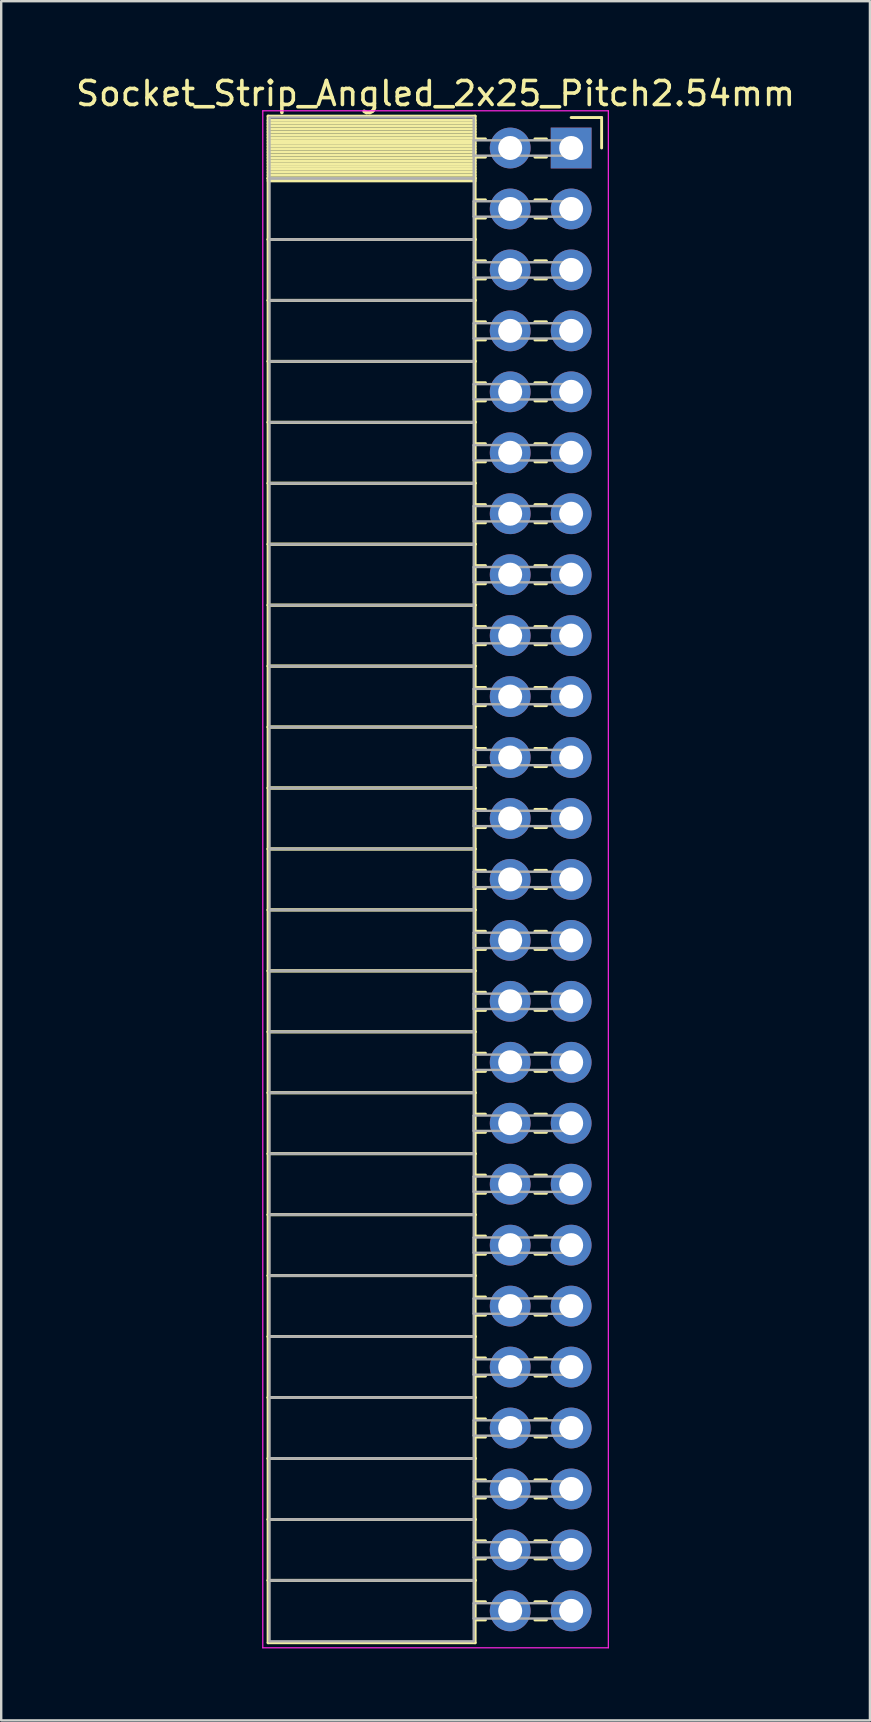
<source format=kicad_pcb>
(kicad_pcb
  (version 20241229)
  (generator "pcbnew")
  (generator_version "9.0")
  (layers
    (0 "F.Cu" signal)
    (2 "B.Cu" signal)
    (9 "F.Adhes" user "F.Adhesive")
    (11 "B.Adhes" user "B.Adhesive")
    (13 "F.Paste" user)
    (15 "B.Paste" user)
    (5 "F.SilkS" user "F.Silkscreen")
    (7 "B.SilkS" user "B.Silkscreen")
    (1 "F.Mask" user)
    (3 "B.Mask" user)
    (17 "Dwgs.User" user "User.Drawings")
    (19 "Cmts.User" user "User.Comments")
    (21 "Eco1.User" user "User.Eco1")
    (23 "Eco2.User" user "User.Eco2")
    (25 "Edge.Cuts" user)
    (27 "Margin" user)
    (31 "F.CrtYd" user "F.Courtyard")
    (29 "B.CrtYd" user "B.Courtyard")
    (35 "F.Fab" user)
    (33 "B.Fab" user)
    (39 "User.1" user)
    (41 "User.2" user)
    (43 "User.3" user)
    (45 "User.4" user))
  (footprint "Socket_Strip_Angled_2x25_Pitch2.54mm"
    (layer "F.Cu")
    (at 20.751 3.118)
    (property "Reference" "Socket_Strip_Angled_2x25_Pitch2.54mm" (at -5.65 -2.27 0) (layer "F.SilkS") (effects (font (size 1 1) (thickness 0.15))))
    (attr through_hole)
    (fp_line (start -12.63 -1.33) (end -4 -1.33) (stroke (width 0.12) (type solid)) (layer "F.SilkS"))
    (fp_line (start -12.63 1.27) (end -12.63 -1.33) (stroke (width 0.12) (type solid)) (layer "F.SilkS"))
    (fp_line (start -12.63 1.27) (end -4 1.27) (stroke (width 0.12) (type solid)) (layer "F.SilkS"))
    (fp_line (start -12.63 3.81) (end -12.63 1.27) (stroke (width 0.12) (type solid)) (layer "F.SilkS"))
    (fp_line (start -12.63 3.81) (end -4 3.81) (stroke (width 0.12) (type solid)) (layer "F.SilkS"))
    (fp_line (start -12.63 6.35) (end -12.63 3.81) (stroke (width 0.12) (type solid)) (layer "F.SilkS"))
    (fp_line (start -12.63 6.35) (end -4 6.35) (stroke (width 0.12) (type solid)) (layer "F.SilkS"))
    (fp_line (start -12.63 8.89) (end -12.63 6.35) (stroke (width 0.12) (type solid)) (layer "F.SilkS"))
    (fp_line (start -12.63 8.89) (end -4 8.89) (stroke (width 0.12) (type solid)) (layer "F.SilkS"))
    (fp_line (start -12.63 11.43) (end -12.63 8.89) (stroke (width 0.12) (type solid)) (layer "F.SilkS"))
    (fp_line (start -12.63 11.43) (end -4 11.43) (stroke (width 0.12) (type solid)) (layer "F.SilkS"))
    (fp_line (start -12.63 13.97) (end -12.63 11.43) (stroke (width 0.12) (type solid)) (layer "F.SilkS"))
    (fp_line (start -12.63 13.97) (end -4 13.97) (stroke (width 0.12) (type solid)) (layer "F.SilkS"))
    (fp_line (start -12.63 16.51) (end -12.63 13.97) (stroke (width 0.12) (type solid)) (layer "F.SilkS"))
    (fp_line (start -12.63 16.51) (end -4 16.51) (stroke (width 0.12) (type solid)) (layer "F.SilkS"))
    (fp_line (start -12.63 19.05) (end -12.63 16.51) (stroke (width 0.12) (type solid)) (layer "F.SilkS"))
    (fp_line (start -12.63 19.05) (end -4 19.05) (stroke (width 0.12) (type solid)) (layer "F.SilkS"))
    (fp_line (start -12.63 21.59) (end -12.63 19.05) (stroke (width 0.12) (type solid)) (layer "F.SilkS"))
    (fp_line (start -12.63 21.59) (end -4 21.59) (stroke (width 0.12) (type solid)) (layer "F.SilkS"))
    (fp_line (start -12.63 24.13) (end -12.63 21.59) (stroke (width 0.12) (type solid)) (layer "F.SilkS"))
    (fp_line (start -12.63 24.13) (end -4 24.13) (stroke (width 0.12) (type solid)) (layer "F.SilkS"))
    (fp_line (start -12.63 26.67) (end -12.63 24.13) (stroke (width 0.12) (type solid)) (layer "F.SilkS"))
    (fp_line (start -12.63 26.67) (end -4 26.67) (stroke (width 0.12) (type solid)) (layer "F.SilkS"))
    (fp_line (start -12.63 29.21) (end -12.63 26.67) (stroke (width 0.12) (type solid)) (layer "F.SilkS"))
    (fp_line (start -12.63 29.21) (end -4 29.21) (stroke (width 0.12) (type solid)) (layer "F.SilkS"))
    (fp_line (start -12.63 31.75) (end -12.63 29.21) (stroke (width 0.12) (type solid)) (layer "F.SilkS"))
    (fp_line (start -12.63 31.75) (end -4 31.75) (stroke (width 0.12) (type solid)) (layer "F.SilkS"))
    (fp_line (start -12.63 34.29) (end -12.63 31.75) (stroke (width 0.12) (type solid)) (layer "F.SilkS"))
    (fp_line (start -12.63 34.29) (end -4 34.29) (stroke (width 0.12) (type solid)) (layer "F.SilkS"))
    (fp_line (start -12.63 36.83) (end -12.63 34.29) (stroke (width 0.12) (type solid)) (layer "F.SilkS"))
    (fp_line (start -12.63 36.83) (end -4 36.83) (stroke (width 0.12) (type solid)) (layer "F.SilkS"))
    (fp_line (start -12.63 39.37) (end -12.63 36.83) (stroke (width 0.12) (type solid)) (layer "F.SilkS"))
    (fp_line (start -12.63 39.37) (end -4 39.37) (stroke (width 0.12) (type solid)) (layer "F.SilkS"))
    (fp_line (start -12.63 41.91) (end -12.63 39.37) (stroke (width 0.12) (type solid)) (layer "F.SilkS"))
    (fp_line (start -12.63 41.91) (end -4 41.91) (stroke (width 0.12) (type solid)) (layer "F.SilkS"))
    (fp_line (start -12.63 44.45) (end -12.63 41.91) (stroke (width 0.12) (type solid)) (layer "F.SilkS"))
    (fp_line (start -12.63 44.45) (end -4 44.45) (stroke (width 0.12) (type solid)) (layer "F.SilkS"))
    (fp_line (start -12.63 46.99) (end -12.63 44.45) (stroke (width 0.12) (type solid)) (layer "F.SilkS"))
    (fp_line (start -12.63 46.99) (end -4 46.99) (stroke (width 0.12) (type solid)) (layer "F.SilkS"))
    (fp_line (start -12.63 49.53) (end -12.63 46.99) (stroke (width 0.12) (type solid)) (layer "F.SilkS"))
    (fp_line (start -12.63 49.53) (end -4 49.53) (stroke (width 0.12) (type solid)) (layer "F.SilkS"))
    (fp_line (start -12.63 52.07) (end -12.63 49.53) (stroke (width 0.12) (type solid)) (layer "F.SilkS"))
    (fp_line (start -12.63 52.07) (end -4 52.07) (stroke (width 0.12) (type solid)) (layer "F.SilkS"))
    (fp_line (start -12.63 54.61) (end -12.63 52.07) (stroke (width 0.12) (type solid)) (layer "F.SilkS"))
    (fp_line (start -12.63 54.61) (end -4 54.61) (stroke (width 0.12) (type solid)) (layer "F.SilkS"))
    (fp_line (start -12.63 57.15) (end -12.63 54.61) (stroke (width 0.12) (type solid)) (layer "F.SilkS"))
    (fp_line (start -12.63 57.15) (end -4 57.15) (stroke (width 0.12) (type solid)) (layer "F.SilkS"))
    (fp_line (start -12.63 59.69) (end -12.63 57.15) (stroke (width 0.12) (type solid)) (layer "F.SilkS"))
    (fp_line (start -12.63 59.69) (end -4 59.69) (stroke (width 0.12) (type solid)) (layer "F.SilkS"))
    (fp_line (start -12.63 62.29) (end -12.63 59.69) (stroke (width 0.12) (type solid)) (layer "F.SilkS"))
    (fp_line (start -4 -1.33) (end -4 1.27) (stroke (width 0.12) (type solid)) (layer "F.SilkS"))
    (fp_line (start -4 -1.15) (end -12.63 -1.15) (stroke (width 0.12) (type solid)) (layer "F.SilkS"))
    (fp_line (start -4 -1.03) (end -12.63 -1.03) (stroke (width 0.12) (type solid)) (layer "F.SilkS"))
    (fp_line (start -4 -0.91) (end -12.63 -0.91) (stroke (width 0.12) (type solid)) (layer "F.SilkS"))
    (fp_line (start -4 -0.79) (end -12.63 -0.79) (stroke (width 0.12) (type solid)) (layer "F.SilkS"))
    (fp_line (start -4 -0.67) (end -12.63 -0.67) (stroke (width 0.12) (type solid)) (layer "F.SilkS"))
    (fp_line (start -4 -0.55) (end -12.63 -0.55) (stroke (width 0.12) (type solid)) (layer "F.SilkS"))
    (fp_line (start -4 -0.43) (end -12.63 -0.43) (stroke (width 0.12) (type solid)) (layer "F.SilkS"))
    (fp_line (start -4 -0.31) (end -12.63 -0.31) (stroke (width 0.12) (type solid)) (layer "F.SilkS"))
    (fp_line (start -4 -0.19) (end -12.63 -0.19) (stroke (width 0.12) (type solid)) (layer "F.SilkS"))
    (fp_line (start -4 -0.07) (end -12.63 -0.07) (stroke (width 0.12) (type solid)) (layer "F.SilkS"))
    (fp_line (start -4 0.05) (end -12.63 0.05) (stroke (width 0.12) (type solid)) (layer "F.SilkS"))
    (fp_line (start -4 0.17) (end -12.63 0.17) (stroke (width 0.12) (type solid)) (layer "F.SilkS"))
    (fp_line (start -4 0.29) (end -12.63 0.29) (stroke (width 0.12) (type solid)) (layer "F.SilkS"))
    (fp_line (start -4 0.41) (end -12.63 0.41) (stroke (width 0.12) (type solid)) (layer "F.SilkS"))
    (fp_line (start -4 0.53) (end -12.63 0.53) (stroke (width 0.12) (type solid)) (layer "F.SilkS"))
    (fp_line (start -4 0.65) (end -12.63 0.65) (stroke (width 0.12) (type solid)) (layer "F.SilkS"))
    (fp_line (start -4 0.77) (end -12.63 0.77) (stroke (width 0.12) (type solid)) (layer "F.SilkS"))
    (fp_line (start -4 0.89) (end -12.63 0.89) (stroke (width 0.12) (type solid)) (layer "F.SilkS"))
    (fp_line (start -4 1.01) (end -12.63 1.01) (stroke (width 0.12) (type solid)) (layer "F.SilkS"))
    (fp_line (start -4 1.13) (end -12.63 1.13) (stroke (width 0.12) (type solid)) (layer "F.SilkS"))
    (fp_line (start -4 1.25) (end -12.63 1.25) (stroke (width 0.12) (type solid)) (layer "F.SilkS"))
    (fp_line (start -4 1.27) (end -12.63 1.27) (stroke (width 0.12) (type solid)) (layer "F.SilkS"))
    (fp_line (start -4 1.27) (end -4 3.81) (stroke (width 0.12) (type solid)) (layer "F.SilkS"))
    (fp_line (start -4 1.37) (end -12.63 1.37) (stroke (width 0.12) (type solid)) (layer "F.SilkS"))
    (fp_line (start -4 3.81) (end -12.63 3.81) (stroke (width 0.12) (type solid)) (layer "F.SilkS"))
    (fp_line (start -4 3.81) (end -4 6.35) (stroke (width 0.12) (type solid)) (layer "F.SilkS"))
    (fp_line (start -4 6.35) (end -12.63 6.35) (stroke (width 0.12) (type solid)) (layer "F.SilkS"))
    (fp_line (start -4 6.35) (end -4 8.89) (stroke (width 0.12) (type solid)) (layer "F.SilkS"))
    (fp_line (start -4 8.89) (end -12.63 8.89) (stroke (width 0.12) (type solid)) (layer "F.SilkS"))
    (fp_line (start -4 8.89) (end -4 11.43) (stroke (width 0.12) (type solid)) (layer "F.SilkS"))
    (fp_line (start -4 11.43) (end -12.63 11.43) (stroke (width 0.12) (type solid)) (layer "F.SilkS"))
    (fp_line (start -4 11.43) (end -4 13.97) (stroke (width 0.12) (type solid)) (layer "F.SilkS"))
    (fp_line (start -4 13.97) (end -12.63 13.97) (stroke (width 0.12) (type solid)) (layer "F.SilkS"))
    (fp_line (start -4 13.97) (end -4 16.51) (stroke (width 0.12) (type solid)) (layer "F.SilkS"))
    (fp_line (start -4 16.51) (end -12.63 16.51) (stroke (width 0.12) (type solid)) (layer "F.SilkS"))
    (fp_line (start -4 16.51) (end -4 19.05) (stroke (width 0.12) (type solid)) (layer "F.SilkS"))
    (fp_line (start -4 19.05) (end -12.63 19.05) (stroke (width 0.12) (type solid)) (layer "F.SilkS"))
    (fp_line (start -4 19.05) (end -4 21.59) (stroke (width 0.12) (type solid)) (layer "F.SilkS"))
    (fp_line (start -4 21.59) (end -12.63 21.59) (stroke (width 0.12) (type solid)) (layer "F.SilkS"))
    (fp_line (start -4 21.59) (end -4 24.13) (stroke (width 0.12) (type solid)) (layer "F.SilkS"))
    (fp_line (start -4 24.13) (end -12.63 24.13) (stroke (width 0.12) (type solid)) (layer "F.SilkS"))
    (fp_line (start -4 24.13) (end -4 26.67) (stroke (width 0.12) (type solid)) (layer "F.SilkS"))
    (fp_line (start -4 26.67) (end -12.63 26.67) (stroke (width 0.12) (type solid)) (layer "F.SilkS"))
    (fp_line (start -4 26.67) (end -4 29.21) (stroke (width 0.12) (type solid)) (layer "F.SilkS"))
    (fp_line (start -4 29.21) (end -12.63 29.21) (stroke (width 0.12) (type solid)) (layer "F.SilkS"))
    (fp_line (start -4 29.21) (end -4 31.75) (stroke (width 0.12) (type solid)) (layer "F.SilkS"))
    (fp_line (start -4 31.75) (end -12.63 31.75) (stroke (width 0.12) (type solid)) (layer "F.SilkS"))
    (fp_line (start -4 31.75) (end -4 34.29) (stroke (width 0.12) (type solid)) (layer "F.SilkS"))
    (fp_line (start -4 34.29) (end -12.63 34.29) (stroke (width 0.12) (type solid)) (layer "F.SilkS"))
    (fp_line (start -4 34.29) (end -4 36.83) (stroke (width 0.12) (type solid)) (layer "F.SilkS"))
    (fp_line (start -4 36.83) (end -12.63 36.83) (stroke (width 0.12) (type solid)) (layer "F.SilkS"))
    (fp_line (start -4 36.83) (end -4 39.37) (stroke (width 0.12) (type solid)) (layer "F.SilkS"))
    (fp_line (start -4 39.37) (end -12.63 39.37) (stroke (width 0.12) (type solid)) (layer "F.SilkS"))
    (fp_line (start -4 39.37) (end -4 41.91) (stroke (width 0.12) (type solid)) (layer "F.SilkS"))
    (fp_line (start -4 41.91) (end -12.63 41.91) (stroke (width 0.12) (type solid)) (layer "F.SilkS"))
    (fp_line (start -4 41.91) (end -4 44.45) (stroke (width 0.12) (type solid)) (layer "F.SilkS"))
    (fp_line (start -4 44.45) (end -12.63 44.45) (stroke (width 0.12) (type solid)) (layer "F.SilkS"))
    (fp_line (start -4 44.45) (end -4 46.99) (stroke (width 0.12) (type solid)) (layer "F.SilkS"))
    (fp_line (start -4 46.99) (end -12.63 46.99) (stroke (width 0.12) (type solid)) (layer "F.SilkS"))
    (fp_line (start -4 46.99) (end -4 49.53) (stroke (width 0.12) (type solid)) (layer "F.SilkS"))
    (fp_line (start -4 49.53) (end -12.63 49.53) (stroke (width 0.12) (type solid)) (layer "F.SilkS"))
    (fp_line (start -4 49.53) (end -4 52.07) (stroke (width 0.12) (type solid)) (layer "F.SilkS"))
    (fp_line (start -4 52.07) (end -12.63 52.07) (stroke (width 0.12) (type solid)) (layer "F.SilkS"))
    (fp_line (start -4 52.07) (end -4 54.61) (stroke (width 0.12) (type solid)) (layer "F.SilkS"))
    (fp_line (start -4 54.61) (end -12.63 54.61) (stroke (width 0.12) (type solid)) (layer "F.SilkS"))
    (fp_line (start -4 54.61) (end -4 57.15) (stroke (width 0.12) (type solid)) (layer "F.SilkS"))
    (fp_line (start -4 57.15) (end -12.63 57.15) (stroke (width 0.12) (type solid)) (layer "F.SilkS"))
    (fp_line (start -4 57.15) (end -4 59.69) (stroke (width 0.12) (type solid)) (layer "F.SilkS"))
    (fp_line (start -4 59.69) (end -12.63 59.69) (stroke (width 0.12) (type solid)) (layer "F.SilkS"))
    (fp_line (start -4 59.69) (end -4 62.29) (stroke (width 0.12) (type solid)) (layer "F.SilkS"))
    (fp_line (start -4 62.29) (end -12.63 62.29) (stroke (width 0.12) (type solid)) (layer "F.SilkS"))
    (fp_line (start -3.57 -0.38) (end -4 -0.38) (stroke (width 0.12) (type solid)) (layer "F.SilkS"))
    (fp_line (start -3.57 0.38) (end -4 0.38) (stroke (width 0.12) (type solid)) (layer "F.SilkS"))
    (fp_line (start -3.57 2.16) (end -4 2.16) (stroke (width 0.12) (type solid)) (layer "F.SilkS"))
    (fp_line (start -3.57 2.92) (end -4 2.92) (stroke (width 0.12) (type solid)) (layer "F.SilkS"))
    (fp_line (start -3.57 4.7) (end -4 4.7) (stroke (width 0.12) (type solid)) (layer "F.SilkS"))
    (fp_line (start -3.57 5.46) (end -4 5.46) (stroke (width 0.12) (type solid)) (layer "F.SilkS"))
    (fp_line (start -3.57 7.24) (end -4 7.24) (stroke (width 0.12) (type solid)) (layer "F.SilkS"))
    (fp_line (start -3.57 8) (end -4 8) (stroke (width 0.12) (type solid)) (layer "F.SilkS"))
    (fp_line (start -3.57 9.78) (end -4 9.78) (stroke (width 0.12) (type solid)) (layer "F.SilkS"))
    (fp_line (start -3.57 10.54) (end -4 10.54) (stroke (width 0.12) (type solid)) (layer "F.SilkS"))
    (fp_line (start -3.57 12.32) (end -4 12.32) (stroke (width 0.12) (type solid)) (layer "F.SilkS"))
    (fp_line (start -3.57 13.08) (end -4 13.08) (stroke (width 0.12) (type solid)) (layer "F.SilkS"))
    (fp_line (start -3.57 14.86) (end -4 14.86) (stroke (width 0.12) (type solid)) (layer "F.SilkS"))
    (fp_line (start -3.57 15.62) (end -4 15.62) (stroke (width 0.12) (type solid)) (layer "F.SilkS"))
    (fp_line (start -3.57 17.4) (end -4 17.4) (stroke (width 0.12) (type solid)) (layer "F.SilkS"))
    (fp_line (start -3.57 18.16) (end -4 18.16) (stroke (width 0.12) (type solid)) (layer "F.SilkS"))
    (fp_line (start -3.57 19.94) (end -4 19.94) (stroke (width 0.12) (type solid)) (layer "F.SilkS"))
    (fp_line (start -3.57 20.7) (end -4 20.7) (stroke (width 0.12) (type solid)) (layer "F.SilkS"))
    (fp_line (start -3.57 22.48) (end -4 22.48) (stroke (width 0.12) (type solid)) (layer "F.SilkS"))
    (fp_line (start -3.57 23.24) (end -4 23.24) (stroke (width 0.12) (type solid)) (layer "F.SilkS"))
    (fp_line (start -3.57 25.02) (end -4 25.02) (stroke (width 0.12) (type solid)) (layer "F.SilkS"))
    (fp_line (start -3.57 25.78) (end -4 25.78) (stroke (width 0.12) (type solid)) (layer "F.SilkS"))
    (fp_line (start -3.57 27.56) (end -4 27.56) (stroke (width 0.12) (type solid)) (layer "F.SilkS"))
    (fp_line (start -3.57 28.32) (end -4 28.32) (stroke (width 0.12) (type solid)) (layer "F.SilkS"))
    (fp_line (start -3.57 30.1) (end -4 30.1) (stroke (width 0.12) (type solid)) (layer "F.SilkS"))
    (fp_line (start -3.57 30.86) (end -4 30.86) (stroke (width 0.12) (type solid)) (layer "F.SilkS"))
    (fp_line (start -3.57 32.64) (end -4 32.64) (stroke (width 0.12) (type solid)) (layer "F.SilkS"))
    (fp_line (start -3.57 33.4) (end -4 33.4) (stroke (width 0.12) (type solid)) (layer "F.SilkS"))
    (fp_line (start -3.57 35.18) (end -4 35.18) (stroke (width 0.12) (type solid)) (layer "F.SilkS"))
    (fp_line (start -3.57 35.94) (end -4 35.94) (stroke (width 0.12) (type solid)) (layer "F.SilkS"))
    (fp_line (start -3.57 37.72) (end -4 37.72) (stroke (width 0.12) (type solid)) (layer "F.SilkS"))
    (fp_line (start -3.57 38.48) (end -4 38.48) (stroke (width 0.12) (type solid)) (layer "F.SilkS"))
    (fp_line (start -3.57 40.26) (end -4 40.26) (stroke (width 0.12) (type solid)) (layer "F.SilkS"))
    (fp_line (start -3.57 41.02) (end -4 41.02) (stroke (width 0.12) (type solid)) (layer "F.SilkS"))
    (fp_line (start -3.57 42.8) (end -4 42.8) (stroke (width 0.12) (type solid)) (layer "F.SilkS"))
    (fp_line (start -3.57 43.56) (end -4 43.56) (stroke (width 0.12) (type solid)) (layer "F.SilkS"))
    (fp_line (start -3.57 45.34) (end -4 45.34) (stroke (width 0.12) (type solid)) (layer "F.SilkS"))
    (fp_line (start -3.57 46.1) (end -4 46.1) (stroke (width 0.12) (type solid)) (layer "F.SilkS"))
    (fp_line (start -3.57 47.88) (end -4 47.88) (stroke (width 0.12) (type solid)) (layer "F.SilkS"))
    (fp_line (start -3.57 48.64) (end -4 48.64) (stroke (width 0.12) (type solid)) (layer "F.SilkS"))
    (fp_line (start -3.57 50.42) (end -4 50.42) (stroke (width 0.12) (type solid)) (layer "F.SilkS"))
    (fp_line (start -3.57 51.18) (end -4 51.18) (stroke (width 0.12) (type solid)) (layer "F.SilkS"))
    (fp_line (start -3.57 52.96) (end -4 52.96) (stroke (width 0.12) (type solid)) (layer "F.SilkS"))
    (fp_line (start -3.57 53.72) (end -4 53.72) (stroke (width 0.12) (type solid)) (layer "F.SilkS"))
    (fp_line (start -3.57 55.5) (end -4 55.5) (stroke (width 0.12) (type solid)) (layer "F.SilkS"))
    (fp_line (start -3.57 56.26) (end -4 56.26) (stroke (width 0.12) (type solid)) (layer "F.SilkS"))
    (fp_line (start -3.57 58.04) (end -4 58.04) (stroke (width 0.12) (type solid)) (layer "F.SilkS"))
    (fp_line (start -3.57 58.8) (end -4 58.8) (stroke (width 0.12) (type solid)) (layer "F.SilkS"))
    (fp_line (start -3.57 60.58) (end -4 60.58) (stroke (width 0.12) (type solid)) (layer "F.SilkS"))
    (fp_line (start -3.57 61.34) (end -4 61.34) (stroke (width 0.12) (type solid)) (layer "F.SilkS"))
    (fp_line (start -1.03 -0.38) (end -1.51 -0.38) (stroke (width 0.12) (type solid)) (layer "F.SilkS"))
    (fp_line (start -1.03 0.38) (end -1.51 0.38) (stroke (width 0.12) (type solid)) (layer "F.SilkS"))
    (fp_line (start -1.03 2.16) (end -1.51 2.16) (stroke (width 0.12) (type solid)) (layer "F.SilkS"))
    (fp_line (start -1.03 2.92) (end -1.51 2.92) (stroke (width 0.12) (type solid)) (layer "F.SilkS"))
    (fp_line (start -1.03 4.7) (end -1.51 4.7) (stroke (width 0.12) (type solid)) (layer "F.SilkS"))
    (fp_line (start -1.03 5.46) (end -1.51 5.46) (stroke (width 0.12) (type solid)) (layer "F.SilkS"))
    (fp_line (start -1.03 7.24) (end -1.51 7.24) (stroke (width 0.12) (type solid)) (layer "F.SilkS"))
    (fp_line (start -1.03 8) (end -1.51 8) (stroke (width 0.12) (type solid)) (layer "F.SilkS"))
    (fp_line (start -1.03 9.78) (end -1.51 9.78) (stroke (width 0.12) (type solid)) (layer "F.SilkS"))
    (fp_line (start -1.03 10.54) (end -1.51 10.54) (stroke (width 0.12) (type solid)) (layer "F.SilkS"))
    (fp_line (start -1.03 12.32) (end -1.51 12.32) (stroke (width 0.12) (type solid)) (layer "F.SilkS"))
    (fp_line (start -1.03 13.08) (end -1.51 13.08) (stroke (width 0.12) (type solid)) (layer "F.SilkS"))
    (fp_line (start -1.03 14.86) (end -1.51 14.86) (stroke (width 0.12) (type solid)) (layer "F.SilkS"))
    (fp_line (start -1.03 15.62) (end -1.51 15.62) (stroke (width 0.12) (type solid)) (layer "F.SilkS"))
    (fp_line (start -1.03 17.4) (end -1.51 17.4) (stroke (width 0.12) (type solid)) (layer "F.SilkS"))
    (fp_line (start -1.03 18.16) (end -1.51 18.16) (stroke (width 0.12) (type solid)) (layer "F.SilkS"))
    (fp_line (start -1.03 19.94) (end -1.51 19.94) (stroke (width 0.12) (type solid)) (layer "F.SilkS"))
    (fp_line (start -1.03 20.7) (end -1.51 20.7) (stroke (width 0.12) (type solid)) (layer "F.SilkS"))
    (fp_line (start -1.03 22.48) (end -1.51 22.48) (stroke (width 0.12) (type solid)) (layer "F.SilkS"))
    (fp_line (start -1.03 23.24) (end -1.51 23.24) (stroke (width 0.12) (type solid)) (layer "F.SilkS"))
    (fp_line (start -1.03 25.02) (end -1.51 25.02) (stroke (width 0.12) (type solid)) (layer "F.SilkS"))
    (fp_line (start -1.03 25.78) (end -1.51 25.78) (stroke (width 0.12) (type solid)) (layer "F.SilkS"))
    (fp_line (start -1.03 27.56) (end -1.51 27.56) (stroke (width 0.12) (type solid)) (layer "F.SilkS"))
    (fp_line (start -1.03 28.32) (end -1.51 28.32) (stroke (width 0.12) (type solid)) (layer "F.SilkS"))
    (fp_line (start -1.03 30.1) (end -1.51 30.1) (stroke (width 0.12) (type solid)) (layer "F.SilkS"))
    (fp_line (start -1.03 30.86) (end -1.51 30.86) (stroke (width 0.12) (type solid)) (layer "F.SilkS"))
    (fp_line (start -1.03 32.64) (end -1.51 32.64) (stroke (width 0.12) (type solid)) (layer "F.SilkS"))
    (fp_line (start -1.03 33.4) (end -1.51 33.4) (stroke (width 0.12) (type solid)) (layer "F.SilkS"))
    (fp_line (start -1.03 35.18) (end -1.51 35.18) (stroke (width 0.12) (type solid)) (layer "F.SilkS"))
    (fp_line (start -1.03 35.94) (end -1.51 35.94) (stroke (width 0.12) (type solid)) (layer "F.SilkS"))
    (fp_line (start -1.03 37.72) (end -1.51 37.72) (stroke (width 0.12) (type solid)) (layer "F.SilkS"))
    (fp_line (start -1.03 38.48) (end -1.51 38.48) (stroke (width 0.12) (type solid)) (layer "F.SilkS"))
    (fp_line (start -1.03 40.26) (end -1.51 40.26) (stroke (width 0.12) (type solid)) (layer "F.SilkS"))
    (fp_line (start -1.03 41.02) (end -1.51 41.02) (stroke (width 0.12) (type solid)) (layer "F.SilkS"))
    (fp_line (start -1.03 42.8) (end -1.51 42.8) (stroke (width 0.12) (type solid)) (layer "F.SilkS"))
    (fp_line (start -1.03 43.56) (end -1.51 43.56) (stroke (width 0.12) (type solid)) (layer "F.SilkS"))
    (fp_line (start -1.03 45.34) (end -1.51 45.34) (stroke (width 0.12) (type solid)) (layer "F.SilkS"))
    (fp_line (start -1.03 46.1) (end -1.51 46.1) (stroke (width 0.12) (type solid)) (layer "F.SilkS"))
    (fp_line (start -1.03 47.88) (end -1.51 47.88) (stroke (width 0.12) (type solid)) (layer "F.SilkS"))
    (fp_line (start -1.03 48.64) (end -1.51 48.64) (stroke (width 0.12) (type solid)) (layer "F.SilkS"))
    (fp_line (start -1.03 50.42) (end -1.51 50.42) (stroke (width 0.12) (type solid)) (layer "F.SilkS"))
    (fp_line (start -1.03 51.18) (end -1.51 51.18) (stroke (width 0.12) (type solid)) (layer "F.SilkS"))
    (fp_line (start -1.03 52.96) (end -1.51 52.96) (stroke (width 0.12) (type solid)) (layer "F.SilkS"))
    (fp_line (start -1.03 53.72) (end -1.51 53.72) (stroke (width 0.12) (type solid)) (layer "F.SilkS"))
    (fp_line (start -1.03 55.5) (end -1.51 55.5) (stroke (width 0.12) (type solid)) (layer "F.SilkS"))
    (fp_line (start -1.03 56.26) (end -1.51 56.26) (stroke (width 0.12) (type solid)) (layer "F.SilkS"))
    (fp_line (start -1.03 58.04) (end -1.51 58.04) (stroke (width 0.12) (type solid)) (layer "F.SilkS"))
    (fp_line (start -1.03 58.8) (end -1.51 58.8) (stroke (width 0.12) (type solid)) (layer "F.SilkS"))
    (fp_line (start -1.03 60.58) (end -1.51 60.58) (stroke (width 0.12) (type solid)) (layer "F.SilkS"))
    (fp_line (start -1.03 61.34) (end -1.51 61.34) (stroke (width 0.12) (type solid)) (layer "F.SilkS"))
    (fp_line (start 0 -1.27) (end 1.27 -1.27) (stroke (width 0.12) (type solid)) (layer "F.SilkS"))
    (fp_line (start 1.27 -1.27) (end 1.27 0) (stroke (width 0.12) (type solid)) (layer "F.SilkS"))
    (fp_line (start -12.85 -1.55) (end 1.55 -1.55) (stroke (width 0.05) (type solid)) (layer "F.CrtYd"))
    (fp_line (start -12.85 62.5) (end -12.85 -1.55) (stroke (width 0.05) (type solid)) (layer "F.CrtYd"))
    (fp_line (start 1.55 -1.55) (end 1.55 62.5) (stroke (width 0.05) (type solid)) (layer "F.CrtYd"))
    (fp_line (start 1.55 62.5) (end -12.85 62.5) (stroke (width 0.05) (type solid)) (layer "F.CrtYd"))
    (fp_line (start -12.57 -1.27) (end -4.06 -1.27) (stroke (width 0.1) (type solid)) (layer "F.Fab"))
    (fp_line (start -12.57 1.27) (end -12.57 -1.27) (stroke (width 0.1) (type solid)) (layer "F.Fab"))
    (fp_line (start -12.57 1.27) (end -4.06 1.27) (stroke (width 0.1) (type solid)) (layer "F.Fab"))
    (fp_line (start -12.57 3.81) (end -12.57 1.27) (stroke (width 0.1) (type solid)) (layer "F.Fab"))
    (fp_line (start -12.57 3.81) (end -4.06 3.81) (stroke (width 0.1) (type solid)) (layer "F.Fab"))
    (fp_line (start -12.57 6.35) (end -12.57 3.81) (stroke (width 0.1) (type solid)) (layer "F.Fab"))
    (fp_line (start -12.57 6.35) (end -4.06 6.35) (stroke (width 0.1) (type solid)) (layer "F.Fab"))
    (fp_line (start -12.57 8.89) (end -12.57 6.35) (stroke (width 0.1) (type solid)) (layer "F.Fab"))
    (fp_line (start -12.57 8.89) (end -4.06 8.89) (stroke (width 0.1) (type solid)) (layer "F.Fab"))
    (fp_line (start -12.57 11.43) (end -12.57 8.89) (stroke (width 0.1) (type solid)) (layer "F.Fab"))
    (fp_line (start -12.57 11.43) (end -4.06 11.43) (stroke (width 0.1) (type solid)) (layer "F.Fab"))
    (fp_line (start -12.57 13.97) (end -12.57 11.43) (stroke (width 0.1) (type solid)) (layer "F.Fab"))
    (fp_line (start -12.57 13.97) (end -4.06 13.97) (stroke (width 0.1) (type solid)) (layer "F.Fab"))
    (fp_line (start -12.57 16.51) (end -12.57 13.97) (stroke (width 0.1) (type solid)) (layer "F.Fab"))
    (fp_line (start -12.57 16.51) (end -4.06 16.51) (stroke (width 0.1) (type solid)) (layer "F.Fab"))
    (fp_line (start -12.57 19.05) (end -12.57 16.51) (stroke (width 0.1) (type solid)) (layer "F.Fab"))
    (fp_line (start -12.57 19.05) (end -4.06 19.05) (stroke (width 0.1) (type solid)) (layer "F.Fab"))
    (fp_line (start -12.57 21.59) (end -12.57 19.05) (stroke (width 0.1) (type solid)) (layer "F.Fab"))
    (fp_line (start -12.57 21.59) (end -4.06 21.59) (stroke (width 0.1) (type solid)) (layer "F.Fab"))
    (fp_line (start -12.57 24.13) (end -12.57 21.59) (stroke (width 0.1) (type solid)) (layer "F.Fab"))
    (fp_line (start -12.57 24.13) (end -4.06 24.13) (stroke (width 0.1) (type solid)) (layer "F.Fab"))
    (fp_line (start -12.57 26.67) (end -12.57 24.13) (stroke (width 0.1) (type solid)) (layer "F.Fab"))
    (fp_line (start -12.57 26.67) (end -4.06 26.67) (stroke (width 0.1) (type solid)) (layer "F.Fab"))
    (fp_line (start -12.57 29.21) (end -12.57 26.67) (stroke (width 0.1) (type solid)) (layer "F.Fab"))
    (fp_line (start -12.57 29.21) (end -4.06 29.21) (stroke (width 0.1) (type solid)) (layer "F.Fab"))
    (fp_line (start -12.57 31.75) (end -12.57 29.21) (stroke (width 0.1) (type solid)) (layer "F.Fab"))
    (fp_line (start -12.57 31.75) (end -4.06 31.75) (stroke (width 0.1) (type solid)) (layer "F.Fab"))
    (fp_line (start -12.57 34.29) (end -12.57 31.75) (stroke (width 0.1) (type solid)) (layer "F.Fab"))
    (fp_line (start -12.57 34.29) (end -4.06 34.29) (stroke (width 0.1) (type solid)) (layer "F.Fab"))
    (fp_line (start -12.57 36.83) (end -12.57 34.29) (stroke (width 0.1) (type solid)) (layer "F.Fab"))
    (fp_line (start -12.57 36.83) (end -4.06 36.83) (stroke (width 0.1) (type solid)) (layer "F.Fab"))
    (fp_line (start -12.57 39.37) (end -12.57 36.83) (stroke (width 0.1) (type solid)) (layer "F.Fab"))
    (fp_line (start -12.57 39.37) (end -4.06 39.37) (stroke (width 0.1) (type solid)) (layer "F.Fab"))
    (fp_line (start -12.57 41.91) (end -12.57 39.37) (stroke (width 0.1) (type solid)) (layer "F.Fab"))
    (fp_line (start -12.57 41.91) (end -4.06 41.91) (stroke (width 0.1) (type solid)) (layer "F.Fab"))
    (fp_line (start -12.57 44.45) (end -12.57 41.91) (stroke (width 0.1) (type solid)) (layer "F.Fab"))
    (fp_line (start -12.57 44.45) (end -4.06 44.45) (stroke (width 0.1) (type solid)) (layer "F.Fab"))
    (fp_line (start -12.57 46.99) (end -12.57 44.45) (stroke (width 0.1) (type solid)) (layer "F.Fab"))
    (fp_line (start -12.57 46.99) (end -4.06 46.99) (stroke (width 0.1) (type solid)) (layer "F.Fab"))
    (fp_line (start -12.57 49.53) (end -12.57 46.99) (stroke (width 0.1) (type solid)) (layer "F.Fab"))
    (fp_line (start -12.57 49.53) (end -4.06 49.53) (stroke (width 0.1) (type solid)) (layer "F.Fab"))
    (fp_line (start -12.57 52.07) (end -12.57 49.53) (stroke (width 0.1) (type solid)) (layer "F.Fab"))
    (fp_line (start -12.57 52.07) (end -4.06 52.07) (stroke (width 0.1) (type solid)) (layer "F.Fab"))
    (fp_line (start -12.57 54.61) (end -12.57 52.07) (stroke (width 0.1) (type solid)) (layer "F.Fab"))
    (fp_line (start -12.57 54.61) (end -4.06 54.61) (stroke (width 0.1) (type solid)) (layer "F.Fab"))
    (fp_line (start -12.57 57.15) (end -12.57 54.61) (stroke (width 0.1) (type solid)) (layer "F.Fab"))
    (fp_line (start -12.57 57.15) (end -4.06 57.15) (stroke (width 0.1) (type solid)) (layer "F.Fab"))
    (fp_line (start -12.57 59.69) (end -12.57 57.15) (stroke (width 0.1) (type solid)) (layer "F.Fab"))
    (fp_line (start -12.57 59.69) (end -4.06 59.69) (stroke (width 0.1) (type solid)) (layer "F.Fab"))
    (fp_line (start -12.57 62.23) (end -12.57 59.69) (stroke (width 0.1) (type solid)) (layer "F.Fab"))
    (fp_line (start -4.06 -1.27) (end -4.06 1.27) (stroke (width 0.1) (type solid)) (layer "F.Fab"))
    (fp_line (start -4.06 -0.32) (end 0 -0.32) (stroke (width 0.1) (type solid)) (layer "F.Fab"))
    (fp_line (start -4.06 0.32) (end -4.06 -0.32) (stroke (width 0.1) (type solid)) (layer "F.Fab"))
    (fp_line (start -4.06 1.27) (end -12.57 1.27) (stroke (width 0.1) (type solid)) (layer "F.Fab"))
    (fp_line (start -4.06 1.27) (end -4.06 3.81) (stroke (width 0.1) (type solid)) (layer "F.Fab"))
    (fp_line (start -4.06 2.22) (end 0 2.22) (stroke (width 0.1) (type solid)) (layer "F.Fab"))
    (fp_line (start -4.06 2.86) (end -4.06 2.22) (stroke (width 0.1) (type solid)) (layer "F.Fab"))
    (fp_line (start -4.06 3.81) (end -12.57 3.81) (stroke (width 0.1) (type solid)) (layer "F.Fab"))
    (fp_line (start -4.06 3.81) (end -4.06 6.35) (stroke (width 0.1) (type solid)) (layer "F.Fab"))
    (fp_line (start -4.06 4.76) (end 0 4.76) (stroke (width 0.1) (type solid)) (layer "F.Fab"))
    (fp_line (start -4.06 5.4) (end -4.06 4.76) (stroke (width 0.1) (type solid)) (layer "F.Fab"))
    (fp_line (start -4.06 6.35) (end -12.57 6.35) (stroke (width 0.1) (type solid)) (layer "F.Fab"))
    (fp_line (start -4.06 6.35) (end -4.06 8.89) (stroke (width 0.1) (type solid)) (layer "F.Fab"))
    (fp_line (start -4.06 7.3) (end 0 7.3) (stroke (width 0.1) (type solid)) (layer "F.Fab"))
    (fp_line (start -4.06 7.94) (end -4.06 7.3) (stroke (width 0.1) (type solid)) (layer "F.Fab"))
    (fp_line (start -4.06 8.89) (end -12.57 8.89) (stroke (width 0.1) (type solid)) (layer "F.Fab"))
    (fp_line (start -4.06 8.89) (end -4.06 11.43) (stroke (width 0.1) (type solid)) (layer "F.Fab"))
    (fp_line (start -4.06 9.84) (end 0 9.84) (stroke (width 0.1) (type solid)) (layer "F.Fab"))
    (fp_line (start -4.06 10.48) (end -4.06 9.84) (stroke (width 0.1) (type solid)) (layer "F.Fab"))
    (fp_line (start -4.06 11.43) (end -12.57 11.43) (stroke (width 0.1) (type solid)) (layer "F.Fab"))
    (fp_line (start -4.06 11.43) (end -4.06 13.97) (stroke (width 0.1) (type solid)) (layer "F.Fab"))
    (fp_line (start -4.06 12.38) (end 0 12.38) (stroke (width 0.1) (type solid)) (layer "F.Fab"))
    (fp_line (start -4.06 13.02) (end -4.06 12.38) (stroke (width 0.1) (type solid)) (layer "F.Fab"))
    (fp_line (start -4.06 13.97) (end -12.57 13.97) (stroke (width 0.1) (type solid)) (layer "F.Fab"))
    (fp_line (start -4.06 13.97) (end -4.06 16.51) (stroke (width 0.1) (type solid)) (layer "F.Fab"))
    (fp_line (start -4.06 14.92) (end 0 14.92) (stroke (width 0.1) (type solid)) (layer "F.Fab"))
    (fp_line (start -4.06 15.56) (end -4.06 14.92) (stroke (width 0.1) (type solid)) (layer "F.Fab"))
    (fp_line (start -4.06 16.51) (end -12.57 16.51) (stroke (width 0.1) (type solid)) (layer "F.Fab"))
    (fp_line (start -4.06 16.51) (end -4.06 19.05) (stroke (width 0.1) (type solid)) (layer "F.Fab"))
    (fp_line (start -4.06 17.46) (end 0 17.46) (stroke (width 0.1) (type solid)) (layer "F.Fab"))
    (fp_line (start -4.06 18.1) (end -4.06 17.46) (stroke (width 0.1) (type solid)) (layer "F.Fab"))
    (fp_line (start -4.06 19.05) (end -12.57 19.05) (stroke (width 0.1) (type solid)) (layer "F.Fab"))
    (fp_line (start -4.06 19.05) (end -4.06 21.59) (stroke (width 0.1) (type solid)) (layer "F.Fab"))
    (fp_line (start -4.06 20) (end 0 20) (stroke (width 0.1) (type solid)) (layer "F.Fab"))
    (fp_line (start -4.06 20.64) (end -4.06 20) (stroke (width 0.1) (type solid)) (layer "F.Fab"))
    (fp_line (start -4.06 21.59) (end -12.57 21.59) (stroke (width 0.1) (type solid)) (layer "F.Fab"))
    (fp_line (start -4.06 21.59) (end -4.06 24.13) (stroke (width 0.1) (type solid)) (layer "F.Fab"))
    (fp_line (start -4.06 22.54) (end 0 22.54) (stroke (width 0.1) (type solid)) (layer "F.Fab"))
    (fp_line (start -4.06 23.18) (end -4.06 22.54) (stroke (width 0.1) (type solid)) (layer "F.Fab"))
    (fp_line (start -4.06 24.13) (end -12.57 24.13) (stroke (width 0.1) (type solid)) (layer "F.Fab"))
    (fp_line (start -4.06 24.13) (end -4.06 26.67) (stroke (width 0.1) (type solid)) (layer "F.Fab"))
    (fp_line (start -4.06 25.08) (end 0 25.08) (stroke (width 0.1) (type solid)) (layer "F.Fab"))
    (fp_line (start -4.06 25.72) (end -4.06 25.08) (stroke (width 0.1) (type solid)) (layer "F.Fab"))
    (fp_line (start -4.06 26.67) (end -12.57 26.67) (stroke (width 0.1) (type solid)) (layer "F.Fab"))
    (fp_line (start -4.06 26.67) (end -4.06 29.21) (stroke (width 0.1) (type solid)) (layer "F.Fab"))
    (fp_line (start -4.06 27.62) (end 0 27.62) (stroke (width 0.1) (type solid)) (layer "F.Fab"))
    (fp_line (start -4.06 28.26) (end -4.06 27.62) (stroke (width 0.1) (type solid)) (layer "F.Fab"))
    (fp_line (start -4.06 29.21) (end -12.57 29.21) (stroke (width 0.1) (type solid)) (layer "F.Fab"))
    (fp_line (start -4.06 29.21) (end -4.06 31.75) (stroke (width 0.1) (type solid)) (layer "F.Fab"))
    (fp_line (start -4.06 30.16) (end 0 30.16) (stroke (width 0.1) (type solid)) (layer "F.Fab"))
    (fp_line (start -4.06 30.8) (end -4.06 30.16) (stroke (width 0.1) (type solid)) (layer "F.Fab"))
    (fp_line (start -4.06 31.75) (end -12.57 31.75) (stroke (width 0.1) (type solid)) (layer "F.Fab"))
    (fp_line (start -4.06 31.75) (end -4.06 34.29) (stroke (width 0.1) (type solid)) (layer "F.Fab"))
    (fp_line (start -4.06 32.7) (end 0 32.7) (stroke (width 0.1) (type solid)) (layer "F.Fab"))
    (fp_line (start -4.06 33.34) (end -4.06 32.7) (stroke (width 0.1) (type solid)) (layer "F.Fab"))
    (fp_line (start -4.06 34.29) (end -12.57 34.29) (stroke (width 0.1) (type solid)) (layer "F.Fab"))
    (fp_line (start -4.06 34.29) (end -4.06 36.83) (stroke (width 0.1) (type solid)) (layer "F.Fab"))
    (fp_line (start -4.06 35.24) (end 0 35.24) (stroke (width 0.1) (type solid)) (layer "F.Fab"))
    (fp_line (start -4.06 35.88) (end -4.06 35.24) (stroke (width 0.1) (type solid)) (layer "F.Fab"))
    (fp_line (start -4.06 36.83) (end -12.57 36.83) (stroke (width 0.1) (type solid)) (layer "F.Fab"))
    (fp_line (start -4.06 36.83) (end -4.06 39.37) (stroke (width 0.1) (type solid)) (layer "F.Fab"))
    (fp_line (start -4.06 37.78) (end 0 37.78) (stroke (width 0.1) (type solid)) (layer "F.Fab"))
    (fp_line (start -4.06 38.42) (end -4.06 37.78) (stroke (width 0.1) (type solid)) (layer "F.Fab"))
    (fp_line (start -4.06 39.37) (end -12.57 39.37) (stroke (width 0.1) (type solid)) (layer "F.Fab"))
    (fp_line (start -4.06 39.37) (end -4.06 41.91) (stroke (width 0.1) (type solid)) (layer "F.Fab"))
    (fp_line (start -4.06 40.32) (end 0 40.32) (stroke (width 0.1) (type solid)) (layer "F.Fab"))
    (fp_line (start -4.06 40.96) (end -4.06 40.32) (stroke (width 0.1) (type solid)) (layer "F.Fab"))
    (fp_line (start -4.06 41.91) (end -12.57 41.91) (stroke (width 0.1) (type solid)) (layer "F.Fab"))
    (fp_line (start -4.06 41.91) (end -4.06 44.45) (stroke (width 0.1) (type solid)) (layer "F.Fab"))
    (fp_line (start -4.06 42.86) (end 0 42.86) (stroke (width 0.1) (type solid)) (layer "F.Fab"))
    (fp_line (start -4.06 43.5) (end -4.06 42.86) (stroke (width 0.1) (type solid)) (layer "F.Fab"))
    (fp_line (start -4.06 44.45) (end -12.57 44.45) (stroke (width 0.1) (type solid)) (layer "F.Fab"))
    (fp_line (start -4.06 44.45) (end -4.06 46.99) (stroke (width 0.1) (type solid)) (layer "F.Fab"))
    (fp_line (start -4.06 45.4) (end 0 45.4) (stroke (width 0.1) (type solid)) (layer "F.Fab"))
    (fp_line (start -4.06 46.04) (end -4.06 45.4) (stroke (width 0.1) (type solid)) (layer "F.Fab"))
    (fp_line (start -4.06 46.99) (end -12.57 46.99) (stroke (width 0.1) (type solid)) (layer "F.Fab"))
    (fp_line (start -4.06 46.99) (end -4.06 49.53) (stroke (width 0.1) (type solid)) (layer "F.Fab"))
    (fp_line (start -4.06 47.94) (end 0 47.94) (stroke (width 0.1) (type solid)) (layer "F.Fab"))
    (fp_line (start -4.06 48.58) (end -4.06 47.94) (stroke (width 0.1) (type solid)) (layer "F.Fab"))
    (fp_line (start -4.06 49.53) (end -12.57 49.53) (stroke (width 0.1) (type solid)) (layer "F.Fab"))
    (fp_line (start -4.06 49.53) (end -4.06 52.07) (stroke (width 0.1) (type solid)) (layer "F.Fab"))
    (fp_line (start -4.06 50.48) (end 0 50.48) (stroke (width 0.1) (type solid)) (layer "F.Fab"))
    (fp_line (start -4.06 51.12) (end -4.06 50.48) (stroke (width 0.1) (type solid)) (layer "F.Fab"))
    (fp_line (start -4.06 52.07) (end -12.57 52.07) (stroke (width 0.1) (type solid)) (layer "F.Fab"))
    (fp_line (start -4.06 52.07) (end -4.06 54.61) (stroke (width 0.1) (type solid)) (layer "F.Fab"))
    (fp_line (start -4.06 53.02) (end 0 53.02) (stroke (width 0.1) (type solid)) (layer "F.Fab"))
    (fp_line (start -4.06 53.66) (end -4.06 53.02) (stroke (width 0.1) (type solid)) (layer "F.Fab"))
    (fp_line (start -4.06 54.61) (end -12.57 54.61) (stroke (width 0.1) (type solid)) (layer "F.Fab"))
    (fp_line (start -4.06 54.61) (end -4.06 57.15) (stroke (width 0.1) (type solid)) (layer "F.Fab"))
    (fp_line (start -4.06 55.56) (end 0 55.56) (stroke (width 0.1) (type solid)) (layer "F.Fab"))
    (fp_line (start -4.06 56.2) (end -4.06 55.56) (stroke (width 0.1) (type solid)) (layer "F.Fab"))
    (fp_line (start -4.06 57.15) (end -12.57 57.15) (stroke (width 0.1) (type solid)) (layer "F.Fab"))
    (fp_line (start -4.06 57.15) (end -4.06 59.69) (stroke (width 0.1) (type solid)) (layer "F.Fab"))
    (fp_line (start -4.06 58.1) (end 0 58.1) (stroke (width 0.1) (type solid)) (layer "F.Fab"))
    (fp_line (start -4.06 58.74) (end -4.06 58.1) (stroke (width 0.1) (type solid)) (layer "F.Fab"))
    (fp_line (start -4.06 59.69) (end -12.57 59.69) (stroke (width 0.1) (type solid)) (layer "F.Fab"))
    (fp_line (start -4.06 59.69) (end -4.06 62.23) (stroke (width 0.1) (type solid)) (layer "F.Fab"))
    (fp_line (start -4.06 60.64) (end 0 60.64) (stroke (width 0.1) (type solid)) (layer "F.Fab"))
    (fp_line (start -4.06 61.28) (end -4.06 60.64) (stroke (width 0.1) (type solid)) (layer "F.Fab"))
    (fp_line (start -4.06 62.23) (end -12.57 62.23) (stroke (width 0.1) (type solid)) (layer "F.Fab"))
    (fp_line (start 0 -0.32) (end 0 0.32) (stroke (width 0.1) (type solid)) (layer "F.Fab"))
    (fp_line (start 0 0.32) (end -4.06 0.32) (stroke (width 0.1) (type solid)) (layer "F.Fab"))
    (fp_line (start 0 2.22) (end 0 2.86) (stroke (width 0.1) (type solid)) (layer "F.Fab"))
    (fp_line (start 0 2.86) (end -4.06 2.86) (stroke (width 0.1) (type solid)) (layer "F.Fab"))
    (fp_line (start 0 4.76) (end 0 5.4) (stroke (width 0.1) (type solid)) (layer "F.Fab"))
    (fp_line (start 0 5.4) (end -4.06 5.4) (stroke (width 0.1) (type solid)) (layer "F.Fab"))
    (fp_line (start 0 7.3) (end 0 7.94) (stroke (width 0.1) (type solid)) (layer "F.Fab"))
    (fp_line (start 0 7.94) (end -4.06 7.94) (stroke (width 0.1) (type solid)) (layer "F.Fab"))
    (fp_line (start 0 9.84) (end 0 10.48) (stroke (width 0.1) (type solid)) (layer "F.Fab"))
    (fp_line (start 0 10.48) (end -4.06 10.48) (stroke (width 0.1) (type solid)) (layer "F.Fab"))
    (fp_line (start 0 12.38) (end 0 13.02) (stroke (width 0.1) (type solid)) (layer "F.Fab"))
    (fp_line (start 0 13.02) (end -4.06 13.02) (stroke (width 0.1) (type solid)) (layer "F.Fab"))
    (fp_line (start 0 14.92) (end 0 15.56) (stroke (width 0.1) (type solid)) (layer "F.Fab"))
    (fp_line (start 0 15.56) (end -4.06 15.56) (stroke (width 0.1) (type solid)) (layer "F.Fab"))
    (fp_line (start 0 17.46) (end 0 18.1) (stroke (width 0.1) (type solid)) (layer "F.Fab"))
    (fp_line (start 0 18.1) (end -4.06 18.1) (stroke (width 0.1) (type solid)) (layer "F.Fab"))
    (fp_line (start 0 20) (end 0 20.64) (stroke (width 0.1) (type solid)) (layer "F.Fab"))
    (fp_line (start 0 20.64) (end -4.06 20.64) (stroke (width 0.1) (type solid)) (layer "F.Fab"))
    (fp_line (start 0 22.54) (end 0 23.18) (stroke (width 0.1) (type solid)) (layer "F.Fab"))
    (fp_line (start 0 23.18) (end -4.06 23.18) (stroke (width 0.1) (type solid)) (layer "F.Fab"))
    (fp_line (start 0 25.08) (end 0 25.72) (stroke (width 0.1) (type solid)) (layer "F.Fab"))
    (fp_line (start 0 25.72) (end -4.06 25.72) (stroke (width 0.1) (type solid)) (layer "F.Fab"))
    (fp_line (start 0 27.62) (end 0 28.26) (stroke (width 0.1) (type solid)) (layer "F.Fab"))
    (fp_line (start 0 28.26) (end -4.06 28.26) (stroke (width 0.1) (type solid)) (layer "F.Fab"))
    (fp_line (start 0 30.16) (end 0 30.8) (stroke (width 0.1) (type solid)) (layer "F.Fab"))
    (fp_line (start 0 30.8) (end -4.06 30.8) (stroke (width 0.1) (type solid)) (layer "F.Fab"))
    (fp_line (start 0 32.7) (end 0 33.34) (stroke (width 0.1) (type solid)) (layer "F.Fab"))
    (fp_line (start 0 33.34) (end -4.06 33.34) (stroke (width 0.1) (type solid)) (layer "F.Fab"))
    (fp_line (start 0 35.24) (end 0 35.88) (stroke (width 0.1) (type solid)) (layer "F.Fab"))
    (fp_line (start 0 35.88) (end -4.06 35.88) (stroke (width 0.1) (type solid)) (layer "F.Fab"))
    (fp_line (start 0 37.78) (end 0 38.42) (stroke (width 0.1) (type solid)) (layer "F.Fab"))
    (fp_line (start 0 38.42) (end -4.06 38.42) (stroke (width 0.1) (type solid)) (layer "F.Fab"))
    (fp_line (start 0 40.32) (end 0 40.96) (stroke (width 0.1) (type solid)) (layer "F.Fab"))
    (fp_line (start 0 40.96) (end -4.06 40.96) (stroke (width 0.1) (type solid)) (layer "F.Fab"))
    (fp_line (start 0 42.86) (end 0 43.5) (stroke (width 0.1) (type solid)) (layer "F.Fab"))
    (fp_line (start 0 43.5) (end -4.06 43.5) (stroke (width 0.1) (type solid)) (layer "F.Fab"))
    (fp_line (start 0 45.4) (end 0 46.04) (stroke (width 0.1) (type solid)) (layer "F.Fab"))
    (fp_line (start 0 46.04) (end -4.06 46.04) (stroke (width 0.1) (type solid)) (layer "F.Fab"))
    (fp_line (start 0 47.94) (end 0 48.58) (stroke (width 0.1) (type solid)) (layer "F.Fab"))
    (fp_line (start 0 48.58) (end -4.06 48.58) (stroke (width 0.1) (type solid)) (layer "F.Fab"))
    (fp_line (start 0 50.48) (end 0 51.12) (stroke (width 0.1) (type solid)) (layer "F.Fab"))
    (fp_line (start 0 51.12) (end -4.06 51.12) (stroke (width 0.1) (type solid)) (layer "F.Fab"))
    (fp_line (start 0 53.02) (end 0 53.66) (stroke (width 0.1) (type solid)) (layer "F.Fab"))
    (fp_line (start 0 53.66) (end -4.06 53.66) (stroke (width 0.1) (type solid)) (layer "F.Fab"))
    (fp_line (start 0 55.56) (end 0 56.2) (stroke (width 0.1) (type solid)) (layer "F.Fab"))
    (fp_line (start 0 56.2) (end -4.06 56.2) (stroke (width 0.1) (type solid)) (layer "F.Fab"))
    (fp_line (start 0 58.1) (end 0 58.74) (stroke (width 0.1) (type solid)) (layer "F.Fab"))
    (fp_line (start 0 58.74) (end -4.06 58.74) (stroke (width 0.1) (type solid)) (layer "F.Fab"))
    (fp_line (start 0 60.64) (end 0 61.28) (stroke (width 0.1) (type solid)) (layer "F.Fab"))
    (fp_line (start 0 61.28) (end -4.06 61.28) (stroke (width 0.1) (type solid)) (layer "F.Fab"))
    (pad "1" thru_hole rect (at 0 0) (size 1.7 1.7) (drill 1) (layers "*.Cu" "*.Mask"))
    (pad "2" thru_hole oval (at -2.54 0) (size 1.7 1.7) (drill 1) (layers "*.Cu" "*.Mask"))
    (pad "3" thru_hole oval (at 0 2.54) (size 1.7 1.7) (drill 1) (layers "*.Cu" "*.Mask"))
    (pad "4" thru_hole oval (at -2.54 2.54) (size 1.7 1.7) (drill 1) (layers "*.Cu" "*.Mask"))
    (pad "5" thru_hole oval (at 0 5.08) (size 1.7 1.7) (drill 1) (layers "*.Cu" "*.Mask"))
    (pad "6" thru_hole oval (at -2.54 5.08) (size 1.7 1.7) (drill 1) (layers "*.Cu" "*.Mask"))
    (pad "7" thru_hole oval (at 0 7.62) (size 1.7 1.7) (drill 1) (layers "*.Cu" "*.Mask"))
    (pad "8" thru_hole oval (at -2.54 7.62) (size 1.7 1.7) (drill 1) (layers "*.Cu" "*.Mask"))
    (pad "9" thru_hole oval (at 0 10.16) (size 1.7 1.7) (drill 1) (layers "*.Cu" "*.Mask"))
    (pad "10" thru_hole oval (at -2.54 10.16) (size 1.7 1.7) (drill 1) (layers "*.Cu" "*.Mask"))
    (pad "11" thru_hole oval (at 0 12.7) (size 1.7 1.7) (drill 1) (layers "*.Cu" "*.Mask"))
    (pad "12" thru_hole oval (at -2.54 12.7) (size 1.7 1.7) (drill 1) (layers "*.Cu" "*.Mask"))
    (pad "13" thru_hole oval (at 0 15.24) (size 1.7 1.7) (drill 1) (layers "*.Cu" "*.Mask"))
    (pad "14" thru_hole oval (at -2.54 15.24) (size 1.7 1.7) (drill 1) (layers "*.Cu" "*.Mask"))
    (pad "15" thru_hole oval (at 0 17.78) (size 1.7 1.7) (drill 1) (layers "*.Cu" "*.Mask"))
    (pad "16" thru_hole oval (at -2.54 17.78) (size 1.7 1.7) (drill 1) (layers "*.Cu" "*.Mask"))
    (pad "17" thru_hole oval (at 0 20.32) (size 1.7 1.7) (drill 1) (layers "*.Cu" "*.Mask"))
    (pad "18" thru_hole oval (at -2.54 20.32) (size 1.7 1.7) (drill 1) (layers "*.Cu" "*.Mask"))
    (pad "19" thru_hole oval (at 0 22.86) (size 1.7 1.7) (drill 1) (layers "*.Cu" "*.Mask"))
    (pad "20" thru_hole oval (at -2.54 22.86) (size 1.7 1.7) (drill 1) (layers "*.Cu" "*.Mask"))
    (pad "21" thru_hole oval (at 0 25.4) (size 1.7 1.7) (drill 1) (layers "*.Cu" "*.Mask"))
    (pad "22" thru_hole oval (at -2.54 25.4) (size 1.7 1.7) (drill 1) (layers "*.Cu" "*.Mask"))
    (pad "23" thru_hole oval (at 0 27.94) (size 1.7 1.7) (drill 1) (layers "*.Cu" "*.Mask"))
    (pad "24" thru_hole oval (at -2.54 27.94) (size 1.7 1.7) (drill 1) (layers "*.Cu" "*.Mask"))
    (pad "25" thru_hole oval (at 0 30.48) (size 1.7 1.7) (drill 1) (layers "*.Cu" "*.Mask"))
    (pad "26" thru_hole oval (at -2.54 30.48) (size 1.7 1.7) (drill 1) (layers "*.Cu" "*.Mask"))
    (pad "27" thru_hole oval (at 0 33.02) (size 1.7 1.7) (drill 1) (layers "*.Cu" "*.Mask"))
    (pad "28" thru_hole oval (at -2.54 33.02) (size 1.7 1.7) (drill 1) (layers "*.Cu" "*.Mask"))
    (pad "29" thru_hole oval (at 0 35.56) (size 1.7 1.7) (drill 1) (layers "*.Cu" "*.Mask"))
    (pad "30" thru_hole oval (at -2.54 35.56) (size 1.7 1.7) (drill 1) (layers "*.Cu" "*.Mask"))
    (pad "31" thru_hole oval (at 0 38.1) (size 1.7 1.7) (drill 1) (layers "*.Cu" "*.Mask"))
    (pad "32" thru_hole oval (at -2.54 38.1) (size 1.7 1.7) (drill 1) (layers "*.Cu" "*.Mask"))
    (pad "33" thru_hole oval (at 0 40.64) (size 1.7 1.7) (drill 1) (layers "*.Cu" "*.Mask"))
    (pad "34" thru_hole oval (at -2.54 40.64) (size 1.7 1.7) (drill 1) (layers "*.Cu" "*.Mask"))
    (pad "35" thru_hole oval (at 0 43.18) (size 1.7 1.7) (drill 1) (layers "*.Cu" "*.Mask"))
    (pad "36" thru_hole oval (at -2.54 43.18) (size 1.7 1.7) (drill 1) (layers "*.Cu" "*.Mask"))
    (pad "37" thru_hole oval (at 0 45.72) (size 1.7 1.7) (drill 1) (layers "*.Cu" "*.Mask"))
    (pad "38" thru_hole oval (at -2.54 45.72) (size 1.7 1.7) (drill 1) (layers "*.Cu" "*.Mask"))
    (pad "39" thru_hole oval (at 0 48.26) (size 1.7 1.7) (drill 1) (layers "*.Cu" "*.Mask"))
    (pad "40" thru_hole oval (at -2.54 48.26) (size 1.7 1.7) (drill 1) (layers "*.Cu" "*.Mask"))
    (pad "41" thru_hole oval (at 0 50.8) (size 1.7 1.7) (drill 1) (layers "*.Cu" "*.Mask"))
    (pad "42" thru_hole oval (at -2.54 50.8) (size 1.7 1.7) (drill 1) (layers "*.Cu" "*.Mask"))
    (pad "43" thru_hole oval (at 0 53.34) (size 1.7 1.7) (drill 1) (layers "*.Cu" "*.Mask"))
    (pad "44" thru_hole oval (at -2.54 53.34) (size 1.7 1.7) (drill 1) (layers "*.Cu" "*.Mask"))
    (pad "45" thru_hole oval (at 0 55.88) (size 1.7 1.7) (drill 1) (layers "*.Cu" "*.Mask"))
    (pad "46" thru_hole oval (at -2.54 55.88) (size 1.7 1.7) (drill 1) (layers "*.Cu" "*.Mask"))
    (pad "47" thru_hole oval (at 0 58.42) (size 1.7 1.7) (drill 1) (layers "*.Cu" "*.Mask"))
    (pad "48" thru_hole oval (at -2.54 58.42) (size 1.7 1.7) (drill 1) (layers "*.Cu" "*.Mask"))
    (pad "49" thru_hole oval (at 0 60.96) (size 1.7 1.7) (drill 1) (layers "*.Cu" "*.Mask"))
    (pad "50" thru_hole oval (at -2.54 60.96) (size 1.7 1.7) (drill 1) (layers "*.Cu" "*.Mask")))
  (gr_rect
    (start -3 -3)
    (end 33.202 68.643)
    (stroke (width 0.1) (type default))
    (fill no)
    (layer "Edge.Cuts")))
</source>
